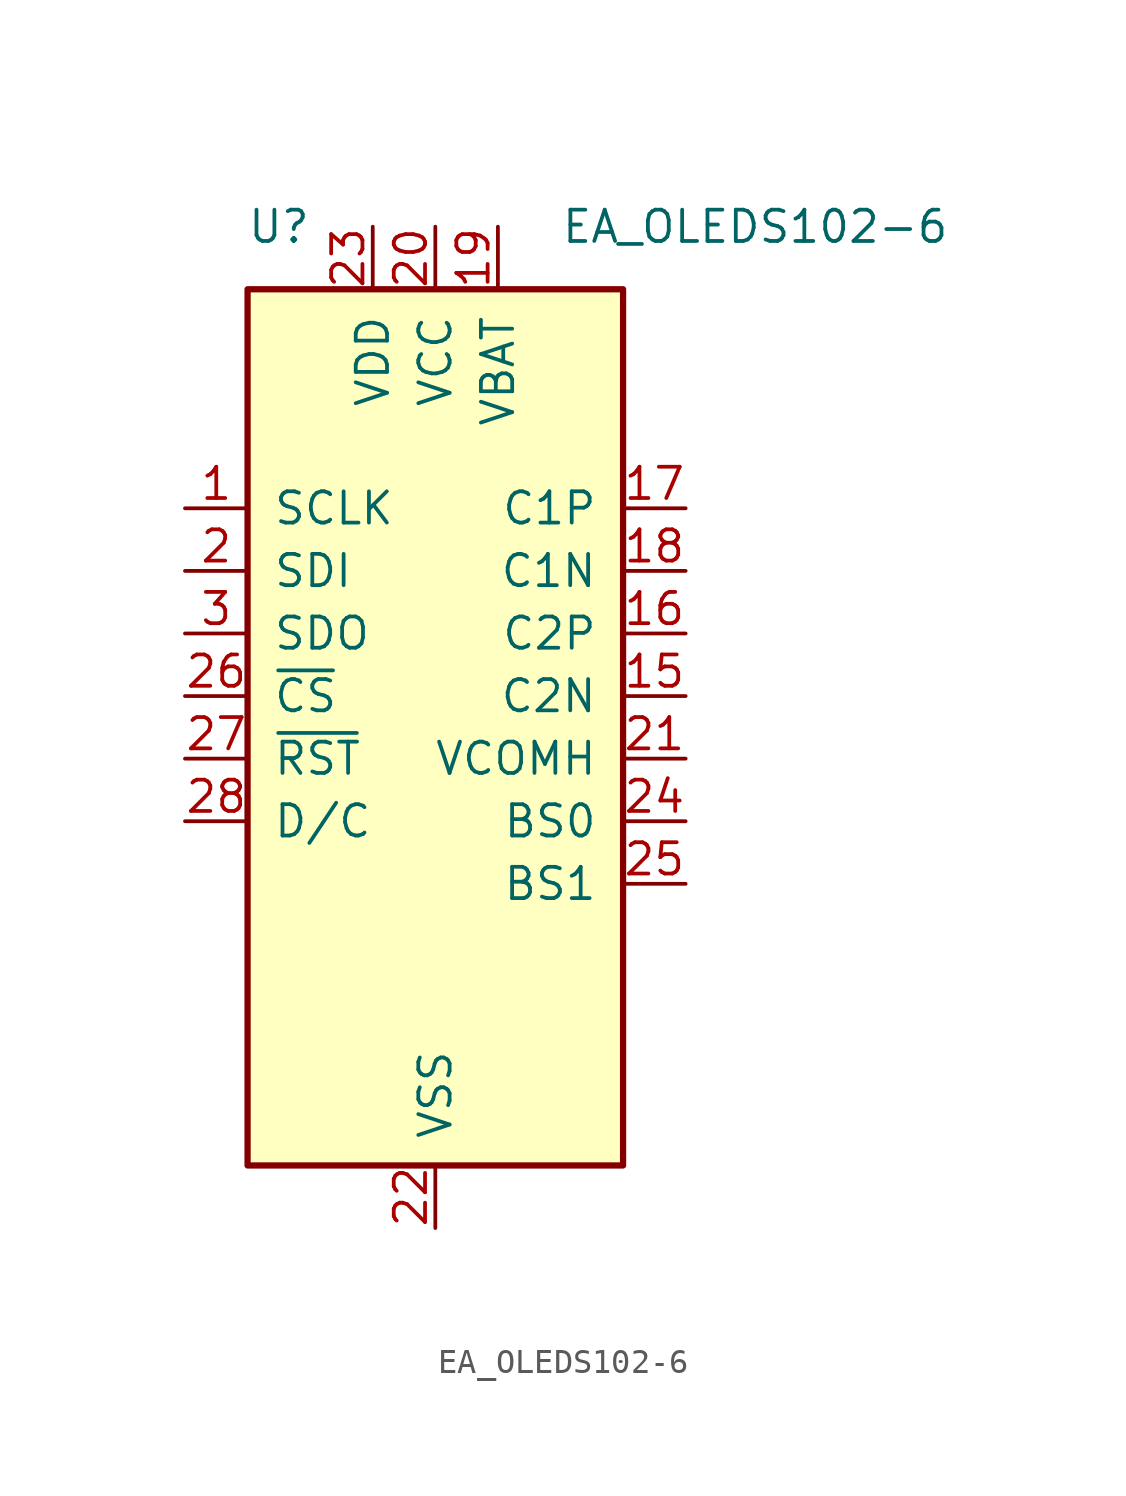
<source format=kicad_sym>
(kicad_symbol_lib
  (version 20211014)
  (generator kicad_symbol_editor)
  (symbol "EA_OLEDS102-6"
    (pin_names
      (offset 1.016))
    (property "Reference" "U"
      (at -6.35 20.32 0)
      (effects (font (size 1.27 1.27))))
    (property "Value" "EA_OLEDS102-6"
      (at 5.08 20.32 0)
      (effects (font (size 1.27 1.27)) (justify left)))
    (symbol "EA_OLEDS102-6_0_1"
      (rectangle (start -7.62 17.78) (end 7.62 -17.78) (stroke (width 0.254) (type default) (color 0 0 0 0)) (fill (type background))))
    (symbol "EA_OLEDS102-6_1_1"
      (pin input line (at -10.16 8.89 0) (length 2.54) (name "SCLK" (effects (font (size 1.27 1.27)))) (number "1" (effects (font (size 1.27 1.27)))))
      (pin no_connect line (at 7.62 -10.16 180) (length 2.54) hide (name "NC" (effects (font (size 1.27 1.27)))) (number "12" (effects (font (size 1.27 1.27)))))
      (pin no_connect line (at 7.62 -12.7 180) (length 2.54) hide (name "NC" (effects (font (size 1.27 1.27)))) (number "13" (effects (font (size 1.27 1.27)))))
      (pin no_connect line (at 7.62 -15.24 180) (length 2.54) hide (name "NC" (effects (font (size 1.27 1.27)))) (number "14" (effects (font (size 1.27 1.27)))))
      (pin passive line (at 10.16 1.27 180) (length 2.54) (name "C2N" (effects (font (size 1.27 1.27)))) (number "15" (effects (font (size 1.27 1.27)))))
      (pin passive line (at 10.16 3.81 180) (length 2.54) (name "C2P" (effects (font (size 1.27 1.27)))) (number "16" (effects (font (size 1.27 1.27)))))
      (pin passive line (at 10.16 8.89 180) (length 2.54) (name "C1P" (effects (font (size 1.27 1.27)))) (number "17" (effects (font (size 1.27 1.27)))))
      (pin passive line (at 10.16 6.35 180) (length 2.54) (name "C1N" (effects (font (size 1.27 1.27)))) (number "18" (effects (font (size 1.27 1.27)))))
      (pin power_in line (at 2.54 20.32 270) (length 2.54) (name "VBAT" (effects (font (size 1.27 1.27)))) (number "19" (effects (font (size 1.27 1.27)))))
      (pin input line (at -10.16 6.35 0) (length 2.54) (name "SDI" (effects (font (size 1.27 1.27)))) (number "2" (effects (font (size 1.27 1.27)))))
      (pin power_in line (at 0 20.32 270) (length 2.54) (name "VCC" (effects (font (size 1.27 1.27)))) (number "20" (effects (font (size 1.27 1.27)))))
      (pin passive line (at 10.16 -1.27 180) (length 2.54) (name "VCOMH" (effects (font (size 1.27 1.27)))) (number "21" (effects (font (size 1.27 1.27)))))
      (pin power_in line (at 0 -20.32 90) (length 2.54) (name "VSS" (effects (font (size 1.27 1.27)))) (number "22" (effects (font (size 1.27 1.27)))))
      (pin power_in line (at -2.54 20.32 270) (length 2.54) (name "VDD" (effects (font (size 1.27 1.27)))) (number "23" (effects (font (size 1.27 1.27)))))
      (pin passive line (at 10.16 -3.81 180) (length 2.54) (name "BS0" (effects (font (size 1.27 1.27)))) (number "24" (effects (font (size 1.27 1.27)))))
      (pin passive line (at 10.16 -6.35 180) (length 2.54) (name "BS1" (effects (font (size 1.27 1.27)))) (number "25" (effects (font (size 1.27 1.27)))))
      (pin input line (at -10.16 1.27 0) (length 2.54) (name "~{CS}" (effects (font (size 1.27 1.27)))) (number "26" (effects (font (size 1.27 1.27)))))
      (pin input line (at -10.16 -1.27 0) (length 2.54) (name "~{RST}" (effects (font (size 1.27 1.27)))) (number "27" (effects (font (size 1.27 1.27)))))
      (pin input line (at -10.16 -3.81 0) (length 2.54) (name "D/C" (effects (font (size 1.27 1.27)))) (number "28" (effects (font (size 1.27 1.27)))))
      (pin output line (at -10.16 3.81 0) (length 2.54) (name "SDO" (effects (font (size 1.27 1.27)))) (number "3" (effects (font (size 1.27 1.27))))))))
</source>
